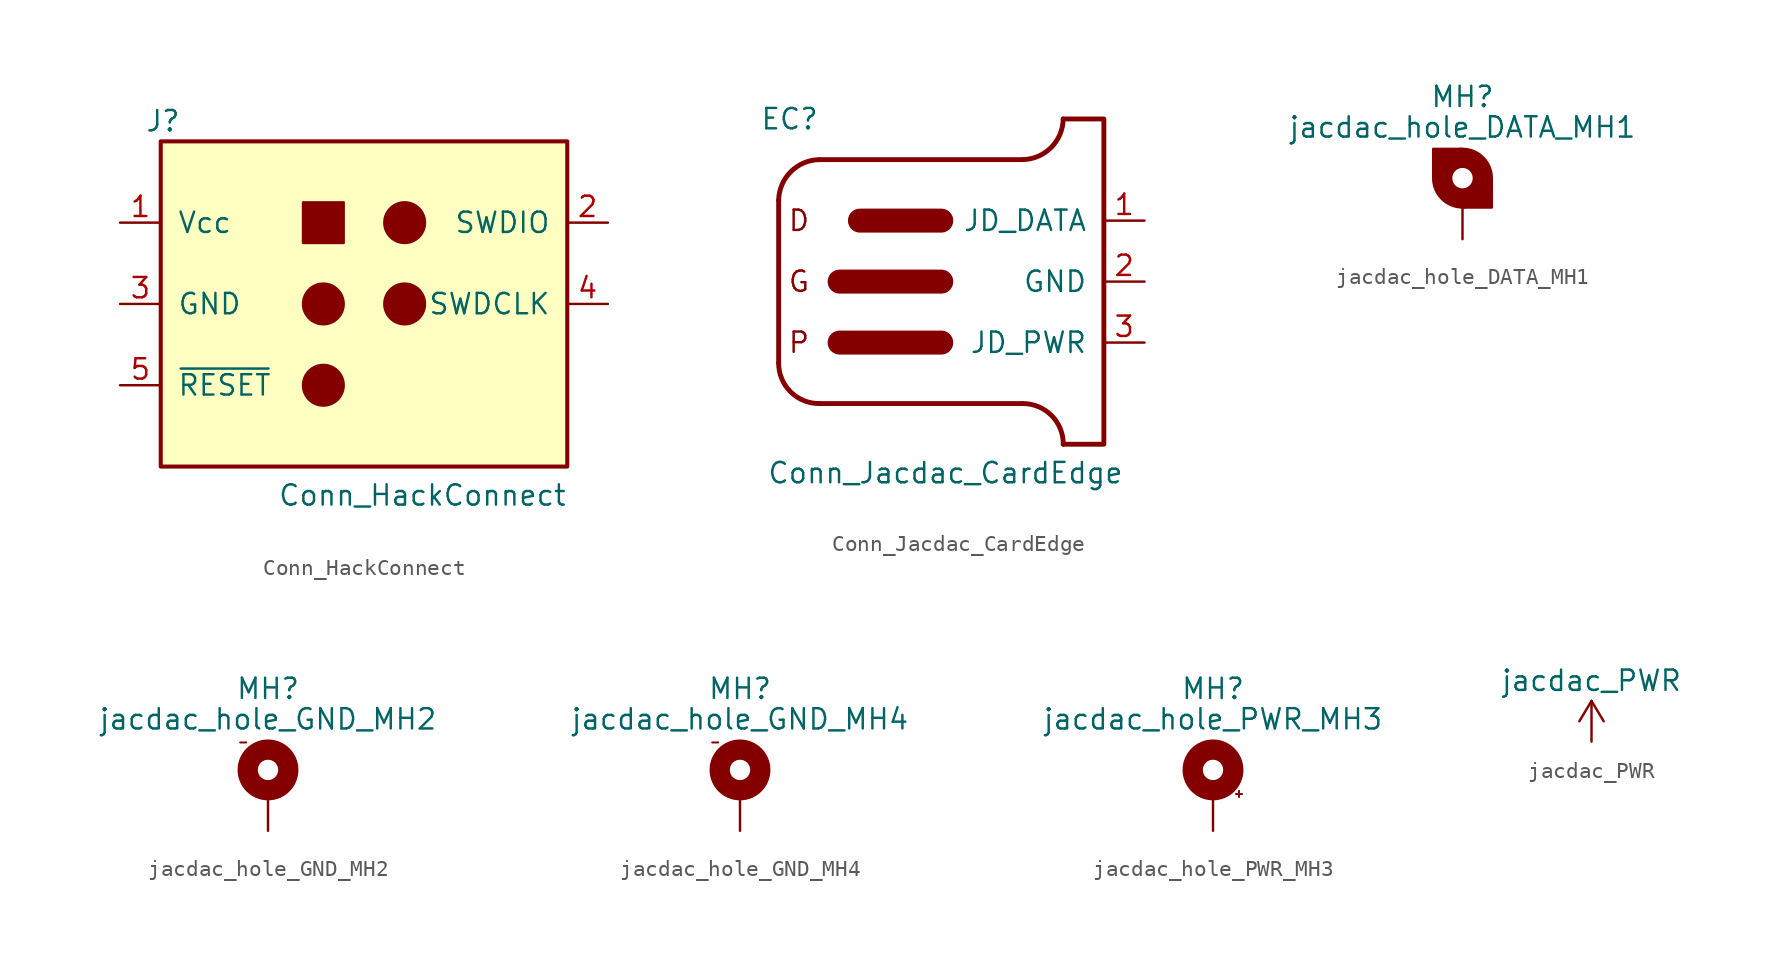
<source format=kicad_sym>
(kicad_symbol_lib
  (version 20220331)
  (generator kicad_symbol_editor)
  (symbol "Conn_HackConnect"
    (pin_names
      (offset 1.016))
    (property "Reference" "J"
      (at -10.16 10.16 0)
      (effects (font (size 1.27 1.27)) (justify right)))
    (property "Value" "Conn_HackConnect"
      (at 13.97 -13.97 0)
      (effects (font (size 1.27 1.27)) (justify right bottom)))
    (symbol "Conn_HackConnect_0_1"
      (rectangle (start -11.43 8.89) (end 13.97 -11.43) (stroke (width 0.254) (type solid)) (fill (type background)))
      (rectangle (start -2.54 5.08) (end 0 2.54) (stroke (width 0) (type solid)) (fill (type outline)))
      (circle (center -1.27 -1.27) (radius 1.27) (stroke (width 0) (type solid)) (fill (type outline))))
    (symbol "Conn_HackConnect_1_1"
      (circle (center -1.27 -6.35) (radius 1.27) (stroke (width 0) (type solid)) (fill (type outline)))
      (circle (center 3.81 -1.27) (radius 1.27) (stroke (width 0) (type solid)) (fill (type outline)))
      (circle (center 3.81 3.81) (radius 1.27) (stroke (width 0) (type solid)) (fill (type outline)))
      (pin power_in line (at -13.97 3.81 0) (length 2.54) (name "Vcc" (effects (font (size 1.27 1.27)))) (number "1" (effects (font (size 1.27 1.27)))))
      (pin bidirectional line (at 16.51 3.81 180) (length 2.54) (name "SWDIO" (effects (font (size 1.27 1.27)))) (number "2" (effects (font (size 1.27 1.27)))))
      (pin power_in line (at -13.97 -1.27 0) (length 2.54) (name "GND" (effects (font (size 1.27 1.27)))) (number "3" (effects (font (size 1.27 1.27)))))
      (pin output line (at 16.51 -1.27 180) (length 2.54) (name "SWDCLK" (effects (font (size 1.27 1.27)))) (number "4" (effects (font (size 1.27 1.27)))))
      (pin output line (at -13.97 -6.35 0) (length 2.54) (name "~{RESET}" (effects (font (size 1.27 1.27)))) (number "5" (effects (font (size 1.27 1.27)))))))
  (symbol "Conn_Jacdac_CardEdge"
    (pin_names
      (offset 1.016))
    (property "Reference" "EC"
      (at -8.89 10.16 0)
      (effects (font (size 1.27 1.27)) (justify right)))
    (property "Value" "Conn_Jacdac_CardEdge"
      (at 10.16 -12.7 0)
      (effects (font (size 1.27 1.27)) (justify right bottom)))
    (symbol "Conn_Jacdac_CardEdge_0_0"
      (text "D" (at -10.16 3.81 0) (effects (font (size 1.27 1.27))))
      (text "G" (at -10.16 0 0) (effects (font (size 1.27 1.27))))
      (text "P" (at -10.16 -3.81 0) (effects (font (size 1.27 1.27)))))
    (symbol "Conn_Jacdac_CardEdge_0_1"
      (arc (start -11.43 -5.08) (mid -10.6877 -6.8849) (end -8.89 -7.62) (stroke (width 0.3048) (type solid)) (fill (type none)))
      (arc (start -8.89 7.62) (mid -10.6697 6.8671) (end -11.43 5.08) (stroke (width 0.3048) (type solid)) (fill (type none)))
      (rectangle (start -7.62 -3.81) (end -1.27 -3.81) (stroke (width 1.499) (type solid)) (fill (type none)))
      (rectangle (start -7.62 0) (end -1.27 0) (stroke (width 1.499) (type solid)) (fill (type none)))
      (rectangle (start -6.35 3.81) (end -1.27 3.81) (stroke (width 1.499) (type solid)) (fill (type none)))
      (polyline (pts (xy -11.43 5.08) (xy -11.43 -5.08)) (stroke (width 0.305) (type solid)) (fill (type none)))
      (polyline (pts (xy -8.89 -7.62) (xy 3.81 -7.62)) (stroke (width 0.305) (type solid)) (fill (type none)))
      (polyline (pts (xy -8.89 7.62) (xy 3.81 7.62)) (stroke (width 0.305) (type solid)) (fill (type none)))
      (polyline (pts (xy 6.35 10.16) (xy 8.89 10.16) (xy 8.89 -10.16) (xy 6.35 -10.16)) (stroke (width 0.305) (type solid)) (fill (type none)))
      (arc (start 3.81 7.62) (mid 5.5897 8.3729) (end 6.35 10.16) (stroke (width 0.3048) (type solid)) (fill (type none)))
      (arc (start 6.35 -10.16) (mid 5.6077 -8.3551) (end 3.81 -7.62) (stroke (width 0.3048) (type solid)) (fill (type none))))
    (symbol "Conn_Jacdac_CardEdge_1_1"
      (pin bidirectional line (at 11.43 3.81 180) (length 2.54) (name "JD_DATA" (effects (font (size 1.27 1.27)))) (number "1" (effects (font (size 1.27 1.27)))))
      (pin power_in line (at 11.43 0 180) (length 2.54) (name "GND" (effects (font (size 1.27 1.27)))) (number "2" (effects (font (size 1.27 1.27)))))
      (pin power_out line (at 11.43 -3.81 180) (length 2.54) (name "JD_PWR" (effects (font (size 1.27 1.27)))) (number "3" (effects (font (size 1.27 1.27)))))))
  (symbol "jacdac_hole_DATA_MH1"
    (pin_numbers hide)
    (pin_names
      (offset 1.016) hide)
    (property "Reference" "MH"
      (at 0 6.35 0)
      (effects (font (size 1.27 1.27))))
    (property "Value" "jacdac_hole_DATA_MH1"
      (at 0 4.445 0)
      (effects (font (size 1.27 1.27))))
    (symbol "jacdac_hole_DATA_MH1_0_1"
      (rectangle (start -1.778 3.073) (end -0.61 2.057) (stroke (width 0) (type default)) (fill (type outline)))
      (polyline (pts (xy -1.829 1.295) (xy -1.829 3.099) (xy -0.025 3.099) (xy -1.753 1.27)) (stroke (width 0) (type default)) (fill (type none)))
      (polyline (pts (xy -0.025 -0.559) (xy 1.829 -0.559) (xy 1.829 1.27) (xy 0 -0.533)) (stroke (width 0) (type default)) (fill (type none)))
      (circle (center 0 1.27) (radius 1.27) (stroke (width 1.27) (type default)) (fill (type none)))
      (rectangle (start 0.457 0.508) (end 1.829 -0.533) (stroke (width 0) (type default)) (fill (type outline))))
    (symbol "jacdac_hole_DATA_MH1_1_1"
      (pin input line (at 0 -2.54 90) (length 2.54) (name "MH1" (effects (font (size 1.27 1.27)))) (number "MH1" (effects (font (size 1.27 1.27)))))))
  (symbol "jacdac_hole_GND_MH2"
    (pin_numbers hide)
    (pin_names
      (offset 1.016) hide)
    (property "Reference" "MH"
      (at 0 6.35 0)
      (effects (font (size 1.27 1.27))))
    (property "Value" "jacdac_hole_GND_MH2"
      (at 0 4.445 0)
      (effects (font (size 1.27 1.27))))
    (symbol "jacdac_hole_GND_MH2_0_0"
      (text "-" (at -1.549 3.023 0) (effects (font (size 0.5 0.5)))))
    (symbol "jacdac_hole_GND_MH2_0_1"
      (circle (center 0 1.27) (radius 1.27) (stroke (width 1.27) (type default)) (fill (type none))))
    (symbol "jacdac_hole_GND_MH2_1_1"
      (pin input line (at 0 -2.54 90) (length 2.54) (name "MH2" (effects (font (size 1.27 1.27)))) (number "MH2" (effects (font (size 1.27 1.27)))))))
  (symbol "jacdac_hole_GND_MH4"
    (pin_numbers hide)
    (pin_names
      (offset 1.016) hide)
    (property "Reference" "MH"
      (at 0 6.35 0)
      (effects (font (size 1.27 1.27))))
    (property "Value" "jacdac_hole_GND_MH4"
      (at 0 4.445 0)
      (effects (font (size 1.27 1.27))))
    (symbol "jacdac_hole_GND_MH4_0_0"
      (text "-" (at -1.549 3.023 0) (effects (font (size 0.5 0.5)))))
    (symbol "jacdac_hole_GND_MH4_0_1"
      (circle (center 0 1.27) (radius 1.27) (stroke (width 1.27) (type default)) (fill (type none))))
    (symbol "jacdac_hole_GND_MH4_1_1"
      (pin input line (at 0 -2.54 90) (length 2.54) (name "MH4" (effects (font (size 1.27 1.27)))) (number "MH4" (effects (font (size 1.27 1.27)))))))
  (symbol "jacdac_hole_PWR_MH3"
    (pin_numbers hide)
    (pin_names
      (offset 1.016) hide)
    (property "Reference" "MH"
      (at 0 6.35 0)
      (effects (font (size 1.27 1.27))))
    (property "Value" "jacdac_hole_PWR_MH3"
      (at 0 4.445 0)
      (effects (font (size 1.27 1.27))))
    (symbol "jacdac_hole_PWR_MH3_0_0"
      (text "+" (at 1.626 -0.203 0) (effects (font (size 0.5 0.5)))))
    (symbol "jacdac_hole_PWR_MH3_0_1"
      (circle (center 0 1.27) (radius 1.27) (stroke (width 1.27) (type default)) (fill (type none))))
    (symbol "jacdac_hole_PWR_MH3_1_1"
      (pin input line (at 0 -2.54 90) (length 2.54) (name "MH3" (effects (font (size 1.27 1.27)))) (number "MH3" (effects (font (size 1.27 1.27)))))))
  (symbol "jacdac_PWR"
    (power)
    (pin_names
      (offset 0))
    (property "Reference" "#PWR"
      (at 0 -3.81 0)
      (effects (font (size 1.27 1.27)) hide))
    (property "Value" "jacdac_PWR"
      (at 0 3.81 0)
      (effects (font (size 1.27 1.27))))
    (symbol "jacdac_PWR_0_1"
      (polyline (pts (xy -0.762 1.27) (xy 0 2.54)) (stroke (width 0) (type solid)) (fill (type none)))
      (polyline (pts (xy 0 0) (xy 0 2.54)) (stroke (width 0) (type solid)) (fill (type none)))
      (polyline (pts (xy 0 2.54) (xy 0.762 1.27)) (stroke (width 0) (type solid)) (fill (type none))))
    (symbol "jacdac_PWR_1_1"
      (pin power_in line (at 0 0 90) (length 0) hide (name "JD_PWR" (effects (font (size 1.27 1.27)))) (number "1" (effects (font (size 1.27 1.27))))))))
</source>
